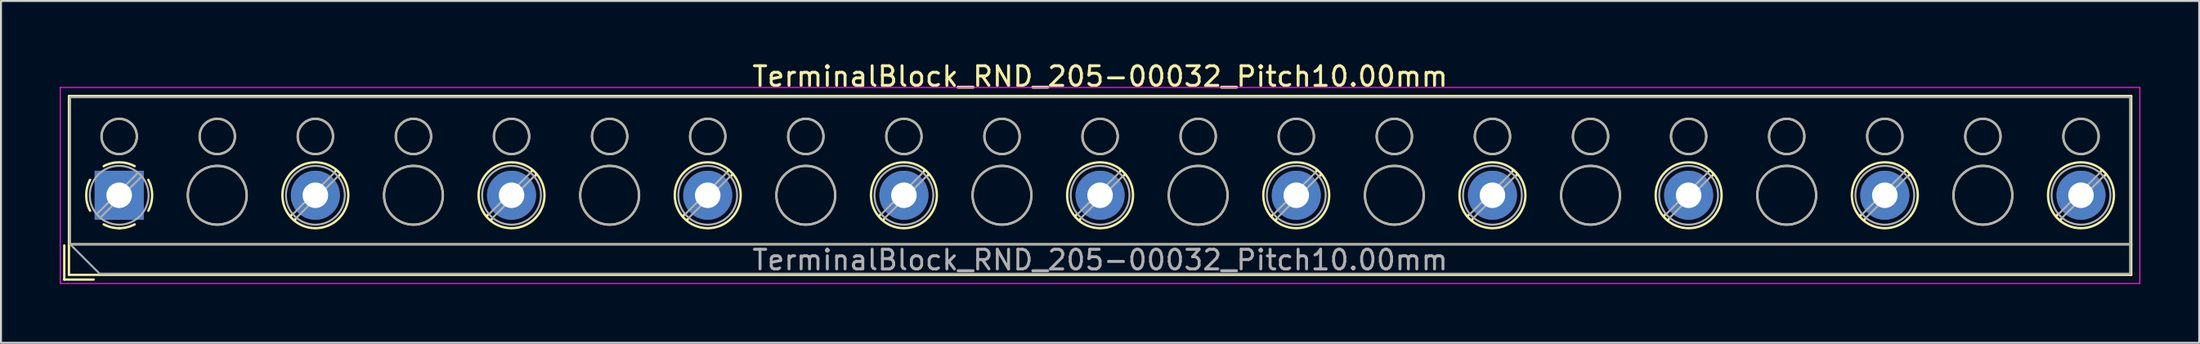
<source format=kicad_pcb>
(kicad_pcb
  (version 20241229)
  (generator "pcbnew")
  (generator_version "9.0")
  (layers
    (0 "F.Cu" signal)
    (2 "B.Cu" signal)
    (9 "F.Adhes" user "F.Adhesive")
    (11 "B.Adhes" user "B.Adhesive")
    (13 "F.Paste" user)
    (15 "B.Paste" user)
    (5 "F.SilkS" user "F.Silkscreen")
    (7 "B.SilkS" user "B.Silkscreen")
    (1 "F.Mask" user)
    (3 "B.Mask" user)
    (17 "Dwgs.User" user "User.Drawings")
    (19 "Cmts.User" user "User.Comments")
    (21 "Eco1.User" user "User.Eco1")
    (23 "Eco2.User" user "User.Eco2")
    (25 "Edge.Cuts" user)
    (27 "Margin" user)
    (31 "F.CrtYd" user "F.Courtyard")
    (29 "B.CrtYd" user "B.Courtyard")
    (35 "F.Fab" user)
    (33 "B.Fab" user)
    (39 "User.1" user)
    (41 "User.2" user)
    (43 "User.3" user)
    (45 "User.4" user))
  (footprint "TerminalBlock_RND_205-00032_Pitch10.00mm"
    (layer "F.Cu")
    (at 3.025 6.908)
    (property "Reference" "TerminalBlock_RND_205-00032_Pitch10.00mm" (at 50 -6.06 0) (layer "F.SilkS") (effects (font (size 1 1) (thickness 0.15))))
    (attr through_hole)
    (fp_line (start -2.8 2.56) (end -2.8 4.3) (stroke (width 0.12) (type solid)) (layer "F.SilkS"))
    (fp_line (start -2.8 4.3) (end -1.3 4.3) (stroke (width 0.12) (type solid)) (layer "F.SilkS"))
    (fp_line (start -2.56 -5.06) (end -2.56 4.06) (stroke (width 0.12) (type solid)) (layer "F.SilkS"))
    (fp_line (start -2.56 2.5) (end 102.56 2.5) (stroke (width 0.12) (type solid)) (layer "F.SilkS"))
    (fp_line (start -2.56 4.06) (end 102.56 4.06) (stroke (width 0.12) (type solid)) (layer "F.SilkS"))
    (fp_line (start 8.82 0.976) (end 8.726 1.069) (stroke (width 0.12) (type solid)) (layer "F.SilkS"))
    (fp_line (start 8.99 1.216) (end 8.931 1.274) (stroke (width 0.12) (type solid)) (layer "F.SilkS"))
    (fp_line (start 11.07 -1.275) (end 11.011 -1.216) (stroke (width 0.12) (type solid)) (layer "F.SilkS"))
    (fp_line (start 11.275 -1.069) (end 11.181 -0.976) (stroke (width 0.12) (type solid)) (layer "F.SilkS"))
    (fp_line (start 18.82 0.976) (end 18.726 1.069) (stroke (width 0.12) (type solid)) (layer "F.SilkS"))
    (fp_line (start 18.99 1.216) (end 18.931 1.274) (stroke (width 0.12) (type solid)) (layer "F.SilkS"))
    (fp_line (start 21.07 -1.275) (end 21.011 -1.216) (stroke (width 0.12) (type solid)) (layer "F.SilkS"))
    (fp_line (start 21.275 -1.069) (end 21.181 -0.976) (stroke (width 0.12) (type solid)) (layer "F.SilkS"))
    (fp_line (start 28.82 0.976) (end 28.726 1.069) (stroke (width 0.12) (type solid)) (layer "F.SilkS"))
    (fp_line (start 28.99 1.216) (end 28.931 1.274) (stroke (width 0.12) (type solid)) (layer "F.SilkS"))
    (fp_line (start 31.07 -1.275) (end 31.011 -1.216) (stroke (width 0.12) (type solid)) (layer "F.SilkS"))
    (fp_line (start 31.275 -1.069) (end 31.181 -0.976) (stroke (width 0.12) (type solid)) (layer "F.SilkS"))
    (fp_line (start 38.82 0.976) (end 38.726 1.069) (stroke (width 0.12) (type solid)) (layer "F.SilkS"))
    (fp_line (start 38.99 1.216) (end 38.931 1.274) (stroke (width 0.12) (type solid)) (layer "F.SilkS"))
    (fp_line (start 41.07 -1.275) (end 41.011 -1.216) (stroke (width 0.12) (type solid)) (layer "F.SilkS"))
    (fp_line (start 41.275 -1.069) (end 41.181 -0.976) (stroke (width 0.12) (type solid)) (layer "F.SilkS"))
    (fp_line (start 48.82 0.976) (end 48.726 1.069) (stroke (width 0.12) (type solid)) (layer "F.SilkS"))
    (fp_line (start 48.99 1.216) (end 48.931 1.274) (stroke (width 0.12) (type solid)) (layer "F.SilkS"))
    (fp_line (start 51.07 -1.275) (end 51.011 -1.216) (stroke (width 0.12) (type solid)) (layer "F.SilkS"))
    (fp_line (start 51.275 -1.069) (end 51.181 -0.976) (stroke (width 0.12) (type solid)) (layer "F.SilkS"))
    (fp_line (start 58.82 0.976) (end 58.726 1.069) (stroke (width 0.12) (type solid)) (layer "F.SilkS"))
    (fp_line (start 58.99 1.216) (end 58.931 1.274) (stroke (width 0.12) (type solid)) (layer "F.SilkS"))
    (fp_line (start 61.07 -1.275) (end 61.011 -1.216) (stroke (width 0.12) (type solid)) (layer "F.SilkS"))
    (fp_line (start 61.275 -1.069) (end 61.181 -0.976) (stroke (width 0.12) (type solid)) (layer "F.SilkS"))
    (fp_line (start 68.82 0.976) (end 68.726 1.069) (stroke (width 0.12) (type solid)) (layer "F.SilkS"))
    (fp_line (start 68.99 1.216) (end 68.931 1.274) (stroke (width 0.12) (type solid)) (layer "F.SilkS"))
    (fp_line (start 71.07 -1.275) (end 71.011 -1.216) (stroke (width 0.12) (type solid)) (layer "F.SilkS"))
    (fp_line (start 71.275 -1.069) (end 71.181 -0.976) (stroke (width 0.12) (type solid)) (layer "F.SilkS"))
    (fp_line (start 78.82 0.976) (end 78.726 1.069) (stroke (width 0.12) (type solid)) (layer "F.SilkS"))
    (fp_line (start 78.99 1.216) (end 78.931 1.274) (stroke (width 0.12) (type solid)) (layer "F.SilkS"))
    (fp_line (start 81.07 -1.275) (end 81.011 -1.216) (stroke (width 0.12) (type solid)) (layer "F.SilkS"))
    (fp_line (start 81.275 -1.069) (end 81.181 -0.976) (stroke (width 0.12) (type solid)) (layer "F.SilkS"))
    (fp_line (start 88.82 0.976) (end 88.726 1.069) (stroke (width 0.12) (type solid)) (layer "F.SilkS"))
    (fp_line (start 88.99 1.216) (end 88.931 1.274) (stroke (width 0.12) (type solid)) (layer "F.SilkS"))
    (fp_line (start 91.07 -1.275) (end 91.011 -1.216) (stroke (width 0.12) (type solid)) (layer "F.SilkS"))
    (fp_line (start 91.275 -1.069) (end 91.181 -0.976) (stroke (width 0.12) (type solid)) (layer "F.SilkS"))
    (fp_line (start 98.82 0.976) (end 98.726 1.069) (stroke (width 0.12) (type solid)) (layer "F.SilkS"))
    (fp_line (start 98.99 1.216) (end 98.931 1.274) (stroke (width 0.12) (type solid)) (layer "F.SilkS"))
    (fp_line (start 101.07 -1.275) (end 101.011 -1.216) (stroke (width 0.12) (type solid)) (layer "F.SilkS"))
    (fp_line (start 101.275 -1.069) (end 101.181 -0.976) (stroke (width 0.12) (type solid)) (layer "F.SilkS"))
    (fp_line (start 102.56 -5.06) (end -2.56 -5.06) (stroke (width 0.12) (type solid)) (layer "F.SilkS"))
    (fp_line (start 102.56 4.06) (end 102.56 -5.06) (stroke (width 0.12) (type solid)) (layer "F.SilkS"))
    (fp_arc (start -1.483953 0.789089) (mid -1.680708 0.00005) (end -1.484 -0.789) (stroke (width 0.12) (type solid)) (layer "F.SilkS"))
    (fp_arc (start -0.789089 -1.483953) (mid -0.00005 -1.680708) (end 0.789 -1.484) (stroke (width 0.12) (type solid)) (layer "F.SilkS"))
    (fp_arc (start 0.029383 1.68045) (mid -0.392304 1.634281) (end -0.789 1.484) (stroke (width 0.12) (type solid)) (layer "F.SilkS"))
    (fp_arc (start 0.788712 1.483352) (mid 0.406429 1.630097) (end 0 1.68) (stroke (width 0.12) (type solid)) (layer "F.SilkS"))
    (fp_arc (start 1.483953 -0.789089) (mid 1.680708 -0.00005) (end 1.484 0.789) (stroke (width 0.12) (type solid)) (layer "F.SilkS"))
    (fp_circle (center 0 -3) (end 0.9 -3) (stroke (width 0.12) (type solid)) (fill no) (layer "F.SilkS"))
    (fp_circle (center 5 -3) (end 5.9 -3) (stroke (width 0.12) (type solid)) (fill no) (layer "F.SilkS"))
    (fp_circle (center 5 0) (end 6.5 0) (stroke (width 0.12) (type solid)) (fill no) (layer "F.SilkS"))
    (fp_circle (center 10 -3) (end 10.9 -3) (stroke (width 0.12) (type solid)) (fill no) (layer "F.SilkS"))
    (fp_circle (center 10 0) (end 11.68 0) (stroke (width 0.12) (type solid)) (fill no) (layer "F.SilkS"))
    (fp_circle (center 15 -3) (end 15.9 -3) (stroke (width 0.12) (type solid)) (fill no) (layer "F.SilkS"))
    (fp_circle (center 15 0) (end 16.5 0) (stroke (width 0.12) (type solid)) (fill no) (layer "F.SilkS"))
    (fp_circle (center 20 -3) (end 20.9 -3) (stroke (width 0.12) (type solid)) (fill no) (layer "F.SilkS"))
    (fp_circle (center 20 0) (end 21.68 0) (stroke (width 0.12) (type solid)) (fill no) (layer "F.SilkS"))
    (fp_circle (center 25 -3) (end 25.9 -3) (stroke (width 0.12) (type solid)) (fill no) (layer "F.SilkS"))
    (fp_circle (center 25 0) (end 26.5 0) (stroke (width 0.12) (type solid)) (fill no) (layer "F.SilkS"))
    (fp_circle (center 30 -3) (end 30.9 -3) (stroke (width 0.12) (type solid)) (fill no) (layer "F.SilkS"))
    (fp_circle (center 30 0) (end 31.68 0) (stroke (width 0.12) (type solid)) (fill no) (layer "F.SilkS"))
    (fp_circle (center 35 -3) (end 35.9 -3) (stroke (width 0.12) (type solid)) (fill no) (layer "F.SilkS"))
    (fp_circle (center 35 0) (end 36.5 0) (stroke (width 0.12) (type solid)) (fill no) (layer "F.SilkS"))
    (fp_circle (center 40 -3) (end 40.9 -3) (stroke (width 0.12) (type solid)) (fill no) (layer "F.SilkS"))
    (fp_circle (center 40 0) (end 41.68 0) (stroke (width 0.12) (type solid)) (fill no) (layer "F.SilkS"))
    (fp_circle (center 45 -3) (end 45.9 -3) (stroke (width 0.12) (type solid)) (fill no) (layer "F.SilkS"))
    (fp_circle (center 45 0) (end 46.5 0) (stroke (width 0.12) (type solid)) (fill no) (layer "F.SilkS"))
    (fp_circle (center 50 -3) (end 50.9 -3) (stroke (width 0.12) (type solid)) (fill no) (layer "F.SilkS"))
    (fp_circle (center 50 0) (end 51.68 0) (stroke (width 0.12) (type solid)) (fill no) (layer "F.SilkS"))
    (fp_circle (center 55 -3) (end 55.9 -3) (stroke (width 0.12) (type solid)) (fill no) (layer "F.SilkS"))
    (fp_circle (center 55 0) (end 56.5 0) (stroke (width 0.12) (type solid)) (fill no) (layer "F.SilkS"))
    (fp_circle (center 60 -3) (end 60.9 -3) (stroke (width 0.12) (type solid)) (fill no) (layer "F.SilkS"))
    (fp_circle (center 60 0) (end 61.68 0) (stroke (width 0.12) (type solid)) (fill no) (layer "F.SilkS"))
    (fp_circle (center 65 -3) (end 65.9 -3) (stroke (width 0.12) (type solid)) (fill no) (layer "F.SilkS"))
    (fp_circle (center 65 0) (end 66.5 0) (stroke (width 0.12) (type solid)) (fill no) (layer "F.SilkS"))
    (fp_circle (center 70 -3) (end 70.9 -3) (stroke (width 0.12) (type solid)) (fill no) (layer "F.SilkS"))
    (fp_circle (center 70 0) (end 71.68 0) (stroke (width 0.12) (type solid)) (fill no) (layer "F.SilkS"))
    (fp_circle (center 75 -3) (end 75.9 -3) (stroke (width 0.12) (type solid)) (fill no) (layer "F.SilkS"))
    (fp_circle (center 75 0) (end 76.5 0) (stroke (width 0.12) (type solid)) (fill no) (layer "F.SilkS"))
    (fp_circle (center 80 -3) (end 80.9 -3) (stroke (width 0.12) (type solid)) (fill no) (layer "F.SilkS"))
    (fp_circle (center 80 0) (end 81.68 0) (stroke (width 0.12) (type solid)) (fill no) (layer "F.SilkS"))
    (fp_circle (center 85 -3) (end 85.9 -3) (stroke (width 0.12) (type solid)) (fill no) (layer "F.SilkS"))
    (fp_circle (center 85 0) (end 86.5 0) (stroke (width 0.12) (type solid)) (fill no) (layer "F.SilkS"))
    (fp_circle (center 90 -3) (end 90.9 -3) (stroke (width 0.12) (type solid)) (fill no) (layer "F.SilkS"))
    (fp_circle (center 90 0) (end 91.68 0) (stroke (width 0.12) (type solid)) (fill no) (layer "F.SilkS"))
    (fp_circle (center 95 -3) (end 95.9 -3) (stroke (width 0.12) (type solid)) (fill no) (layer "F.SilkS"))
    (fp_circle (center 95 0) (end 96.5 0) (stroke (width 0.12) (type solid)) (fill no) (layer "F.SilkS"))
    (fp_circle (center 100 -3) (end 100.9 -3) (stroke (width 0.12) (type solid)) (fill no) (layer "F.SilkS"))
    (fp_circle (center 100 0) (end 101.68 0) (stroke (width 0.12) (type solid)) (fill no) (layer "F.SilkS"))
    (fp_line (start -3 -5.5) (end -3 4.5) (stroke (width 0.05) (type solid)) (layer "F.CrtYd"))
    (fp_line (start -3 4.5) (end 103 4.5) (stroke (width 0.05) (type solid)) (layer "F.CrtYd"))
    (fp_line (start 103 -5.5) (end -3 -5.5) (stroke (width 0.05) (type solid)) (layer "F.CrtYd"))
    (fp_line (start 103 4.5) (end 103 -5.5) (stroke (width 0.05) (type solid)) (layer "F.CrtYd"))
    (fp_line (start -2.5 -5) (end 102.5 -5) (stroke (width 0.1) (type solid)) (layer "F.Fab"))
    (fp_line (start -2.5 2.5) (end -2.5 -5) (stroke (width 0.1) (type solid)) (layer "F.Fab"))
    (fp_line (start -2.5 2.5) (end 102.5 2.5) (stroke (width 0.1) (type solid)) (layer "F.Fab"))
    (fp_line (start -1 4) (end -2.5 2.5) (stroke (width 0.1) (type solid)) (layer "F.Fab"))
    (fp_line (start 0.955 -1.138) (end -1.138 0.955) (stroke (width 0.1) (type solid)) (layer "F.Fab"))
    (fp_line (start 1.138 -0.955) (end -0.955 1.138) (stroke (width 0.1) (type solid)) (layer "F.Fab"))
    (fp_line (start 10.955 -1.138) (end 8.863 0.955) (stroke (width 0.1) (type solid)) (layer "F.Fab"))
    (fp_line (start 11.138 -0.955) (end 9.046 1.138) (stroke (width 0.1) (type solid)) (layer "F.Fab"))
    (fp_line (start 20.955 -1.138) (end 18.863 0.955) (stroke (width 0.1) (type solid)) (layer "F.Fab"))
    (fp_line (start 21.138 -0.955) (end 19.046 1.138) (stroke (width 0.1) (type solid)) (layer "F.Fab"))
    (fp_line (start 30.955 -1.138) (end 28.863 0.955) (stroke (width 0.1) (type solid)) (layer "F.Fab"))
    (fp_line (start 31.138 -0.955) (end 29.046 1.138) (stroke (width 0.1) (type solid)) (layer "F.Fab"))
    (fp_line (start 40.955 -1.138) (end 38.863 0.955) (stroke (width 0.1) (type solid)) (layer "F.Fab"))
    (fp_line (start 41.138 -0.955) (end 39.046 1.138) (stroke (width 0.1) (type solid)) (layer "F.Fab"))
    (fp_line (start 50.955 -1.138) (end 48.863 0.955) (stroke (width 0.1) (type solid)) (layer "F.Fab"))
    (fp_line (start 51.138 -0.955) (end 49.046 1.138) (stroke (width 0.1) (type solid)) (layer "F.Fab"))
    (fp_line (start 60.955 -1.138) (end 58.863 0.955) (stroke (width 0.1) (type solid)) (layer "F.Fab"))
    (fp_line (start 61.138 -0.955) (end 59.046 1.138) (stroke (width 0.1) (type solid)) (layer "F.Fab"))
    (fp_line (start 70.955 -1.138) (end 68.863 0.955) (stroke (width 0.1) (type solid)) (layer "F.Fab"))
    (fp_line (start 71.138 -0.955) (end 69.046 1.138) (stroke (width 0.1) (type solid)) (layer "F.Fab"))
    (fp_line (start 80.955 -1.138) (end 78.863 0.955) (stroke (width 0.1) (type solid)) (layer "F.Fab"))
    (fp_line (start 81.138 -0.955) (end 79.046 1.138) (stroke (width 0.1) (type solid)) (layer "F.Fab"))
    (fp_line (start 90.955 -1.138) (end 88.863 0.955) (stroke (width 0.1) (type solid)) (layer "F.Fab"))
    (fp_line (start 91.138 -0.955) (end 89.046 1.138) (stroke (width 0.1) (type solid)) (layer "F.Fab"))
    (fp_line (start 100.955 -1.138) (end 98.863 0.955) (stroke (width 0.1) (type solid)) (layer "F.Fab"))
    (fp_line (start 101.138 -0.955) (end 99.046 1.138) (stroke (width 0.1) (type solid)) (layer "F.Fab"))
    (fp_line (start 102.5 -5) (end 102.5 4) (stroke (width 0.1) (type solid)) (layer "F.Fab"))
    (fp_line (start 102.5 4) (end -1 4) (stroke (width 0.1) (type solid)) (layer "F.Fab"))
    (fp_circle (center 0 -3) (end 0.9 -3) (stroke (width 0.1) (type solid)) (fill no) (layer "F.Fab"))
    (fp_circle (center 0 0) (end 1.5 0) (stroke (width 0.1) (type solid)) (fill no) (layer "F.Fab"))
    (fp_circle (center 5 -3) (end 5.9 -3) (stroke (width 0.1) (type solid)) (fill no) (layer "F.Fab"))
    (fp_circle (center 5 0) (end 6.5 0) (stroke (width 0.1) (type solid)) (fill no) (layer "F.Fab"))
    (fp_circle (center 10 -3) (end 10.9 -3) (stroke (width 0.1) (type solid)) (fill no) (layer "F.Fab"))
    (fp_circle (center 10 0) (end 11.5 0) (stroke (width 0.1) (type solid)) (fill no) (layer "F.Fab"))
    (fp_circle (center 15 -3) (end 15.9 -3) (stroke (width 0.1) (type solid)) (fill no) (layer "F.Fab"))
    (fp_circle (center 15 0) (end 16.5 0) (stroke (width 0.1) (type solid)) (fill no) (layer "F.Fab"))
    (fp_circle (center 20 -3) (end 20.9 -3) (stroke (width 0.1) (type solid)) (fill no) (layer "F.Fab"))
    (fp_circle (center 20 0) (end 21.5 0) (stroke (width 0.1) (type solid)) (fill no) (layer "F.Fab"))
    (fp_circle (center 25 -3) (end 25.9 -3) (stroke (width 0.1) (type solid)) (fill no) (layer "F.Fab"))
    (fp_circle (center 25 0) (end 26.5 0) (stroke (width 0.1) (type solid)) (fill no) (layer "F.Fab"))
    (fp_circle (center 30 -3) (end 30.9 -3) (stroke (width 0.1) (type solid)) (fill no) (layer "F.Fab"))
    (fp_circle (center 30 0) (end 31.5 0) (stroke (width 0.1) (type solid)) (fill no) (layer "F.Fab"))
    (fp_circle (center 35 -3) (end 35.9 -3) (stroke (width 0.1) (type solid)) (fill no) (layer "F.Fab"))
    (fp_circle (center 35 0) (end 36.5 0) (stroke (width 0.1) (type solid)) (fill no) (layer "F.Fab"))
    (fp_circle (center 40 -3) (end 40.9 -3) (stroke (width 0.1) (type solid)) (fill no) (layer "F.Fab"))
    (fp_circle (center 40 0) (end 41.5 0) (stroke (width 0.1) (type solid)) (fill no) (layer "F.Fab"))
    (fp_circle (center 45 -3) (end 45.9 -3) (stroke (width 0.1) (type solid)) (fill no) (layer "F.Fab"))
    (fp_circle (center 45 0) (end 46.5 0) (stroke (width 0.1) (type solid)) (fill no) (layer "F.Fab"))
    (fp_circle (center 50 -3) (end 50.9 -3) (stroke (width 0.1) (type solid)) (fill no) (layer "F.Fab"))
    (fp_circle (center 50 0) (end 51.5 0) (stroke (width 0.1) (type solid)) (fill no) (layer "F.Fab"))
    (fp_circle (center 55 -3) (end 55.9 -3) (stroke (width 0.1) (type solid)) (fill no) (layer "F.Fab"))
    (fp_circle (center 55 0) (end 56.5 0) (stroke (width 0.1) (type solid)) (fill no) (layer "F.Fab"))
    (fp_circle (center 60 -3) (end 60.9 -3) (stroke (width 0.1) (type solid)) (fill no) (layer "F.Fab"))
    (fp_circle (center 60 0) (end 61.5 0) (stroke (width 0.1) (type solid)) (fill no) (layer "F.Fab"))
    (fp_circle (center 65 -3) (end 65.9 -3) (stroke (width 0.1) (type solid)) (fill no) (layer "F.Fab"))
    (fp_circle (center 65 0) (end 66.5 0) (stroke (width 0.1) (type solid)) (fill no) (layer "F.Fab"))
    (fp_circle (center 70 -3) (end 70.9 -3) (stroke (width 0.1) (type solid)) (fill no) (layer "F.Fab"))
    (fp_circle (center 70 0) (end 71.5 0) (stroke (width 0.1) (type solid)) (fill no) (layer "F.Fab"))
    (fp_circle (center 75 -3) (end 75.9 -3) (stroke (width 0.1) (type solid)) (fill no) (layer "F.Fab"))
    (fp_circle (center 75 0) (end 76.5 0) (stroke (width 0.1) (type solid)) (fill no) (layer "F.Fab"))
    (fp_circle (center 80 -3) (end 80.9 -3) (stroke (width 0.1) (type solid)) (fill no) (layer "F.Fab"))
    (fp_circle (center 80 0) (end 81.5 0) (stroke (width 0.1) (type solid)) (fill no) (layer "F.Fab"))
    (fp_circle (center 85 -3) (end 85.9 -3) (stroke (width 0.1) (type solid)) (fill no) (layer "F.Fab"))
    (fp_circle (center 85 0) (end 86.5 0) (stroke (width 0.1) (type solid)) (fill no) (layer "F.Fab"))
    (fp_circle (center 90 -3) (end 90.9 -3) (stroke (width 0.1) (type solid)) (fill no) (layer "F.Fab"))
    (fp_circle (center 90 0) (end 91.5 0) (stroke (width 0.1) (type solid)) (fill no) (layer "F.Fab"))
    (fp_circle (center 95 -3) (end 95.9 -3) (stroke (width 0.1) (type solid)) (fill no) (layer "F.Fab"))
    (fp_circle (center 95 0) (end 96.5 0) (stroke (width 0.1) (type solid)) (fill no) (layer "F.Fab"))
    (fp_circle (center 100 -3) (end 100.9 -3) (stroke (width 0.1) (type solid)) (fill no) (layer "F.Fab"))
    (fp_circle (center 100 0) (end 101.5 0) (stroke (width 0.1) (type solid)) (fill no) (layer "F.Fab"))
    (fp_text user "${REFERENCE}" (at 50 3.3 0) (layer "F.Fab") (effects (font (size 1 1) (thickness 0.15))))
    (pad "1" thru_hole rect (at 0 0) (size 2.5 2.5) (drill 1.3) (layers "*.Cu" "*.Mask"))
    (pad "2" thru_hole circle (at 10 0) (size 2.5 2.5) (drill 1.3) (layers "*.Cu" "*.Mask"))
    (pad "3" thru_hole circle (at 20 0) (size 2.5 2.5) (drill 1.3) (layers "*.Cu" "*.Mask"))
    (pad "4" thru_hole circle (at 30 0) (size 2.5 2.5) (drill 1.3) (layers "*.Cu" "*.Mask"))
    (pad "5" thru_hole circle (at 40 0) (size 2.5 2.5) (drill 1.3) (layers "*.Cu" "*.Mask"))
    (pad "6" thru_hole circle (at 50 0) (size 2.5 2.5) (drill 1.3) (layers "*.Cu" "*.Mask"))
    (pad "7" thru_hole circle (at 60 0) (size 2.5 2.5) (drill 1.3) (layers "*.Cu" "*.Mask"))
    (pad "8" thru_hole circle (at 70 0) (size 2.5 2.5) (drill 1.3) (layers "*.Cu" "*.Mask"))
    (pad "9" thru_hole circle (at 80 0) (size 2.5 2.5) (drill 1.3) (layers "*.Cu" "*.Mask"))
    (pad "10" thru_hole circle (at 90 0) (size 2.5 2.5) (drill 1.3) (layers "*.Cu" "*.Mask"))
    (pad "11" thru_hole circle (at 100 0) (size 2.5 2.5) (drill 1.3) (layers "*.Cu" "*.Mask")))
  (gr_rect
    (start -3 -3)
    (end 109.05 14.433)
    (stroke (width 0.1) (type default))
    (fill no)
    (layer "Edge.Cuts")))
</source>
